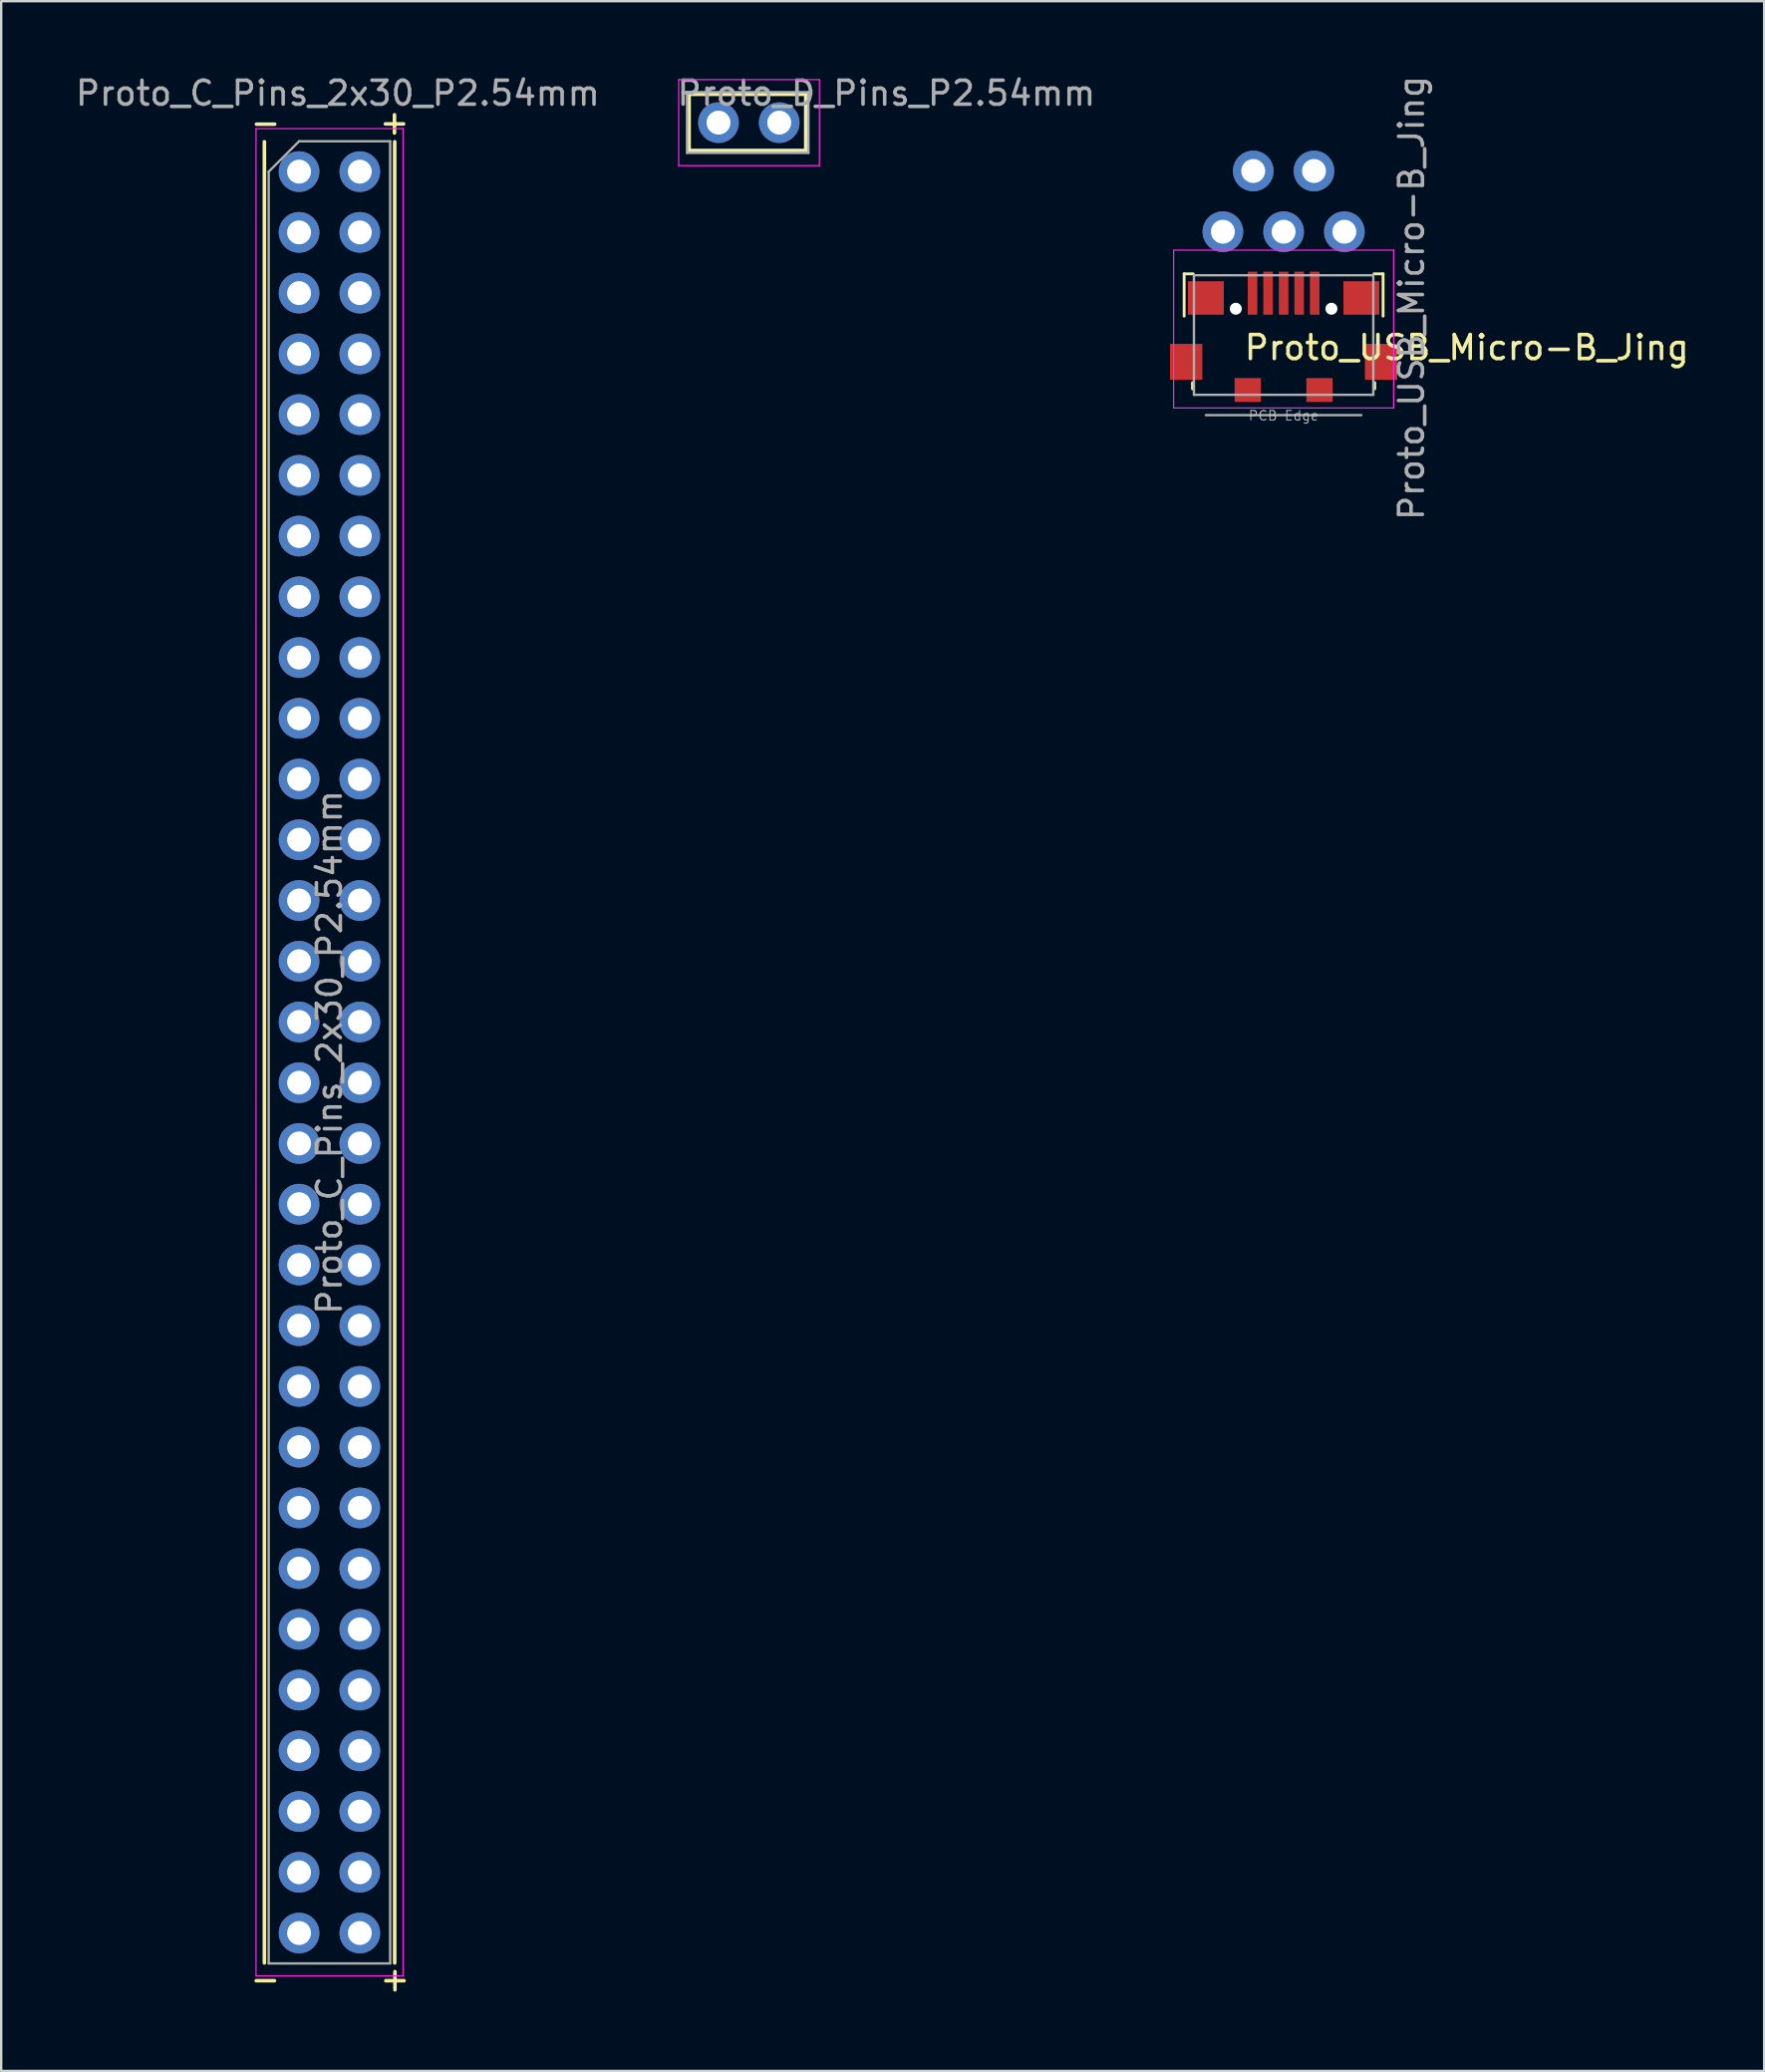
<source format=kicad_pcb>
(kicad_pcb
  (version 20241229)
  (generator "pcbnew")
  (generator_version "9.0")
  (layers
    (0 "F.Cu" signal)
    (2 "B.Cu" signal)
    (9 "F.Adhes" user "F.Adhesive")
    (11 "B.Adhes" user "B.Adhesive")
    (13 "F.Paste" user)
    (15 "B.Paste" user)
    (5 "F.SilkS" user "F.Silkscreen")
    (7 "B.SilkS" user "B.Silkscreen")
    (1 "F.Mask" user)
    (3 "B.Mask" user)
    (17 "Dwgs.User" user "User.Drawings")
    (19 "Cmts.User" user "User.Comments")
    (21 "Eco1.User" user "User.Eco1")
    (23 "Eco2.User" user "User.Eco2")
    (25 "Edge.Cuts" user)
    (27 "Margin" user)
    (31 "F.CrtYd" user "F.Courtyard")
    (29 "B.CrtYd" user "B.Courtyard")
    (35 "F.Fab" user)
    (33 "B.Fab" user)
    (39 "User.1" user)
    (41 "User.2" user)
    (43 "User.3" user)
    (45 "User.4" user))
  (footprint "Proto_USB_Micro-B_Jing"
    (layer "F.Cu")
    (at 50.631 11.311)
    (property "Reference" "Proto_USB_Micro-B_Jing" (at -1.725 0.175 0) (unlocked yes) (layer "F.SilkS") (effects (font (size 1 1) (thickness 0.15)) (justify left)))
    (attr smd)
    (fp_line (start -4.16 -2.91) (end -3.78 -2.91) (stroke (width 0.12) (type solid)) (layer "F.SilkS"))
    (fp_line (start -4.16 -1.14) (end -4.16 -2.91) (stroke (width 0.12) (type solid)) (layer "F.SilkS"))
    (fp_line (start -3.81 1.9) (end -3.81 1.64) (stroke (width 0.12) (type solid)) (layer "F.SilkS"))
    (fp_line (start 3.81 1.64) (end 3.81 1.9) (stroke (width 0.12) (type solid)) (layer "F.SilkS"))
    (fp_line (start 4.16 -2.91) (end 3.78 -2.91) (stroke (width 0.12) (type solid)) (layer "F.SilkS"))
    (fp_line (start 4.16 -2.91) (end 4.16 -1.14) (stroke (width 0.12) (type solid)) (layer "F.SilkS"))
    (fp_line (start -4.6 -3.9) (end 4.6 -3.9) (stroke (width 0.05) (type solid)) (layer "F.CrtYd"))
    (fp_line (start -4.6 2.7) (end -4.6 -3.9) (stroke (width 0.05) (type solid)) (layer "F.CrtYd"))
    (fp_line (start 4.6 -3.9) (end 4.6 2.7) (stroke (width 0.05) (type solid)) (layer "F.CrtYd"))
    (fp_line (start 4.6 2.7) (end -4.6 2.7) (stroke (width 0.05) (type solid)) (layer "F.CrtYd"))
    (fp_line (start -3.75 -2.85) (end 3.75 -2.85) (stroke (width 0.1) (type solid)) (layer "F.Fab"))
    (fp_line (start -3.75 2.15) (end -3.75 -2.85) (stroke (width 0.1) (type solid)) (layer "F.Fab"))
    (fp_line (start -3.25 3) (end 3.25 3) (stroke (width 0.1) (type solid)) (layer "F.Fab"))
    (fp_line (start 3.75 -2.85) (end 3.75 2.15) (stroke (width 0.1) (type solid)) (layer "F.Fab"))
    (fp_line (start 3.75 2.15) (end -3.75 2.15) (stroke (width 0.1) (type solid)) (layer "F.Fab"))
    (fp_text user "PCB Edge" (at 0 3.02 180) (layer "Dwgs.User") (effects (font (size 0.4 0.4) (thickness 0.04))))
    (fp_text user "${REFERENCE}" (at 5.35 -1.9 90) (layer "F.Fab") (effects (font (size 1 1) (thickness 0.15))))
    (pad "" np_thru_hole circle (at -2 -1.45) (size 0.5 0.5) (drill 0.5) (layers "*.Cu" "*.Mask"))
    (pad "" np_thru_hole circle (at 2 -1.45) (size 0.5 0.5) (drill 0.5) (layers "*.Cu" "*.Mask"))
    (pad "1" thru_hole circle (at -2.54 -4.67) (size 1.7 1.7) (drill 1) (layers "*.Cu" "*.Mask"))
    (pad "1" smd rect (at -1.3 -2.1) (size 0.4 1.8) (layers "F.Cu" "F.Mask" "F.Paste"))
    (pad "2" thru_hole circle (at -1.27 -7.21) (size 1.7 1.7) (drill 1) (layers "*.Cu" "*.Mask"))
    (pad "2" smd rect (at -0.65 -2.1) (size 0.4 1.8) (layers "F.Cu" "F.Mask" "F.Paste"))
    (pad "3" thru_hole circle (at 0 -4.67) (size 1.7 1.7) (drill 1) (layers "*.Cu" "*.Mask"))
    (pad "3" smd rect (at 0 -2.1) (size 0.4 1.8) (layers "F.Cu" "F.Mask" "F.Paste"))
    (pad "4" smd rect (at 0.65 -2.1) (size 0.4 1.8) (layers "F.Cu" "F.Mask" "F.Paste"))
    (pad "4" thru_hole circle (at 1.27 -7.21) (size 1.7 1.7) (drill 1) (layers "*.Cu" "*.Mask"))
    (pad "5" smd rect (at 1.3 -2.1) (size 0.4 1.8) (layers "F.Cu" "F.Mask" "F.Paste"))
    (pad "5" thru_hole circle (at 2.54 -4.67) (size 1.7 1.7) (drill 1) (layers "*.Cu" "*.Mask"))
    (pad "6" smd rect (at -4.075 0.77) (size 1.35 1.5) (layers "F.Cu" "F.Mask" "F.Paste"))
    (pad "6" smd rect (at -3.25 -1.9) (size 1.5 1.4) (layers "F.Cu" "F.Mask" "F.Paste"))
    (pad "6" smd rect (at -1.5 1.95) (size 1.1 1) (layers "F.Cu" "F.Mask" "F.Paste"))
    (pad "6" smd rect (at 1.5 1.95) (size 1.1 1) (layers "F.Cu" "F.Mask" "F.Paste"))
    (pad "6" smd rect (at 3.25 -1.9) (size 1.5 1.4) (layers "F.Cu" "F.Mask" "F.Paste"))
    (pad "6" smd rect (at 4.075 0.77) (size 1.35 1.5) (layers "F.Cu" "F.Mask" "F.Paste")))
  (footprint "Proto_D_Pins_P2.54mm"
    (layer "F.Cu")
    (at 30.808 2.078)
    (property "Reference" "Proto_D_Pins_P2.54mm" (at 3.21 -1.23 0) (layer "F.Fab") (effects (font (size 1 1) (thickness 0.15))))
    (attr through_hole)
    (fp_line (start -5.04 -1.185) (end -5.04 1.165) (stroke (width 0.15) (type solid)) (layer "F.SilkS"))
    (fp_line (start -5.04 -1.185) (end -0.16 -1.185) (stroke (width 0.15) (type solid)) (layer "F.SilkS"))
    (fp_line (start -0.16 -1.185) (end -0.16 1.165) (stroke (width 0.15) (type solid)) (layer "F.SilkS"))
    (fp_line (start -0.16 1.165) (end -5.04 1.165) (stroke (width 0.15) (type solid)) (layer "F.SilkS"))
    (fp_line (start -5.475 -1.8) (end -5.475 1.8) (stroke (width 0.05) (type solid)) (layer "F.CrtYd"))
    (fp_line (start -5.475 1.8) (end 0.41 1.8) (stroke (width 0.05) (type solid)) (layer "F.CrtYd"))
    (fp_line (start 0.41 -1.8) (end -5.475 -1.8) (stroke (width 0.05) (type solid)) (layer "F.CrtYd"))
    (fp_line (start 0.41 1.8) (end 0.41 -1.8) (stroke (width 0.05) (type solid)) (layer "F.CrtYd"))
    (fp_line (start -5.125 -1.275) (end -5.125 1.265) (stroke (width 0.1) (type solid)) (layer "F.Fab"))
    (fp_line (start -5.125 -1.275) (end -0.05 -1.275) (stroke (width 0.1) (type solid)) (layer "F.Fab"))
    (fp_line (start -0.05 -1.275) (end -0.05 1.265) (stroke (width 0.1) (type solid)) (layer "F.Fab"))
    (fp_line (start -0.05 1.265) (end -5.125 1.265) (stroke (width 0.1) (type solid)) (layer "F.Fab"))
    (pad "1" thru_hole oval (at -3.81 0 90) (size 1.7 1.7) (drill 1) (layers "*.Cu" "*.Mask"))
    (pad "1" thru_hole oval (at -1.27 0 90) (size 1.7 1.7) (drill 1) (layers "*.Cu" "*.Mask")))
  (footprint "Proto_C_Pins_2x30_P2.54mm"
    (layer "F.Cu")
    (at 9.457 4.128)
    (property "Reference" "Proto_C_Pins_2x30_P2.54mm" (at 1.62 -3.28 0) (layer "F.Fab") (effects (font (size 1 1) (thickness 0.15))))
    (attr through_hole)
    (fp_line (start -1.45 74.91) (end -1.45 -1.25) (stroke (width 0.15) (type solid)) (layer "F.SilkS"))
    (fp_line (start 4 74.91) (end 4 -1.25) (stroke (width 0.15) (type solid)) (layer "F.SilkS"))
    (fp_line (start -1.8 -1.8) (end -1.8 75.45) (stroke (width 0.05) (type solid)) (layer "F.CrtYd"))
    (fp_line (start -1.8 75.45) (end 4.35 75.45) (stroke (width 0.05) (type solid)) (layer "F.CrtYd"))
    (fp_line (start 4.35 -1.8) (end -1.8 -1.8) (stroke (width 0.05) (type solid)) (layer "F.CrtYd"))
    (fp_line (start 4.35 75.45) (end 4.35 -1.8) (stroke (width 0.05) (type solid)) (layer "F.CrtYd"))
    (fp_line (start -1.27 0) (end 0 -1.27) (stroke (width 0.1) (type solid)) (layer "F.Fab"))
    (fp_line (start -1.27 74.93) (end -1.27 0) (stroke (width 0.1) (type solid)) (layer "F.Fab"))
    (fp_line (start 0 -1.27) (end 3.81 -1.27) (stroke (width 0.1) (type solid)) (layer "F.Fab"))
    (fp_line (start 3.81 -1.27) (end 3.81 74.93) (stroke (width 0.1) (type solid)) (layer "F.Fab"))
    (fp_line (start 3.81 74.93) (end -1.27 74.93) (stroke (width 0.1) (type solid)) (layer "F.Fab"))
    (fp_text user "-" (at -1.4 -2.06 0) (layer "F.SilkS") (effects (font (size 1 1) (thickness 0.15))))
    (fp_text user "+" (at 4.01 75.58 0) (layer "F.SilkS") (effects (font (size 1 1) (thickness 0.15))))
    (fp_text user "-" (at -1.41 75.58 0) (layer "F.SilkS") (effects (font (size 1 1) (thickness 0.15))))
    (fp_text user "+" (at 3.99 -2.07 0) (layer "F.SilkS") (effects (font (size 1 1) (thickness 0.15))))
    (fp_text user "${REFERENCE}" (at 1.27 36.83 90) (layer "F.Fab") (effects (font (size 1 1) (thickness 0.15))))
    (pad "1" thru_hole oval (at 0 0) (size 1.7 1.7) (drill 1) (layers "*.Cu" "*.Mask"))
    (pad "2" thru_hole oval (at 2.54 0) (size 1.7 1.7) (drill 1) (layers "*.Cu" "*.Mask"))
    (pad "3" thru_hole oval (at 0 2.54) (size 1.7 1.7) (drill 1) (layers "*.Cu" "*.Mask"))
    (pad "4" thru_hole oval (at 2.54 2.54) (size 1.7 1.7) (drill 1) (layers "*.Cu" "*.Mask"))
    (pad "5" thru_hole oval (at 0 5.08) (size 1.7 1.7) (drill 1) (layers "*.Cu" "*.Mask"))
    (pad "6" thru_hole oval (at 2.54 5.08) (size 1.7 1.7) (drill 1) (layers "*.Cu" "*.Mask"))
    (pad "7" thru_hole oval (at 0 7.62) (size 1.7 1.7) (drill 1) (layers "*.Cu" "*.Mask"))
    (pad "8" thru_hole oval (at 2.54 7.62) (size 1.7 1.7) (drill 1) (layers "*.Cu" "*.Mask"))
    (pad "9" thru_hole oval (at 0 10.16) (size 1.7 1.7) (drill 1) (layers "*.Cu" "*.Mask"))
    (pad "10" thru_hole oval (at 2.54 10.16) (size 1.7 1.7) (drill 1) (layers "*.Cu" "*.Mask"))
    (pad "11" thru_hole oval (at 0 12.7) (size 1.7 1.7) (drill 1) (layers "*.Cu" "*.Mask"))
    (pad "12" thru_hole oval (at 2.54 12.7) (size 1.7 1.7) (drill 1) (layers "*.Cu" "*.Mask"))
    (pad "13" thru_hole oval (at 0 15.24) (size 1.7 1.7) (drill 1) (layers "*.Cu" "*.Mask"))
    (pad "14" thru_hole oval (at 2.54 15.24) (size 1.7 1.7) (drill 1) (layers "*.Cu" "*.Mask"))
    (pad "15" thru_hole oval (at 0 17.78) (size 1.7 1.7) (drill 1) (layers "*.Cu" "*.Mask"))
    (pad "16" thru_hole oval (at 2.54 17.78) (size 1.7 1.7) (drill 1) (layers "*.Cu" "*.Mask"))
    (pad "17" thru_hole oval (at 0 20.32) (size 1.7 1.7) (drill 1) (layers "*.Cu" "*.Mask"))
    (pad "18" thru_hole oval (at 2.54 20.32) (size 1.7 1.7) (drill 1) (layers "*.Cu" "*.Mask"))
    (pad "19" thru_hole oval (at 0 22.86) (size 1.7 1.7) (drill 1) (layers "*.Cu" "*.Mask"))
    (pad "20" thru_hole oval (at 2.54 22.86) (size 1.7 1.7) (drill 1) (layers "*.Cu" "*.Mask"))
    (pad "21" thru_hole oval (at 0 25.4) (size 1.7 1.7) (drill 1) (layers "*.Cu" "*.Mask"))
    (pad "22" thru_hole oval (at 2.54 25.4) (size 1.7 1.7) (drill 1) (layers "*.Cu" "*.Mask"))
    (pad "23" thru_hole oval (at 0 27.94) (size 1.7 1.7) (drill 1) (layers "*.Cu" "*.Mask"))
    (pad "24" thru_hole oval (at 2.54 27.94) (size 1.7 1.7) (drill 1) (layers "*.Cu" "*.Mask"))
    (pad "25" thru_hole oval (at 0 30.48) (size 1.7 1.7) (drill 1) (layers "*.Cu" "*.Mask"))
    (pad "26" thru_hole oval (at 2.54 30.48) (size 1.7 1.7) (drill 1) (layers "*.Cu" "*.Mask"))
    (pad "27" thru_hole oval (at 0 33.02) (size 1.7 1.7) (drill 1) (layers "*.Cu" "*.Mask"))
    (pad "28" thru_hole oval (at 2.54 33.02) (size 1.7 1.7) (drill 1) (layers "*.Cu" "*.Mask"))
    (pad "29" thru_hole oval (at 0 35.56) (size 1.7 1.7) (drill 1) (layers "*.Cu" "*.Mask"))
    (pad "30" thru_hole oval (at 2.54 35.56) (size 1.7 1.7) (drill 1) (layers "*.Cu" "*.Mask"))
    (pad "31" thru_hole oval (at 0 38.1) (size 1.7 1.7) (drill 1) (layers "*.Cu" "*.Mask"))
    (pad "32" thru_hole oval (at 2.54 38.1) (size 1.7 1.7) (drill 1) (layers "*.Cu" "*.Mask"))
    (pad "33" thru_hole oval (at 0 40.64) (size 1.7 1.7) (drill 1) (layers "*.Cu" "*.Mask"))
    (pad "34" thru_hole oval (at 2.54 40.64) (size 1.7 1.7) (drill 1) (layers "*.Cu" "*.Mask"))
    (pad "35" thru_hole oval (at 0 43.18) (size 1.7 1.7) (drill 1) (layers "*.Cu" "*.Mask"))
    (pad "36" thru_hole oval (at 2.54 43.18) (size 1.7 1.7) (drill 1) (layers "*.Cu" "*.Mask"))
    (pad "37" thru_hole oval (at 0 45.72) (size 1.7 1.7) (drill 1) (layers "*.Cu" "*.Mask"))
    (pad "38" thru_hole oval (at 2.54 45.72) (size 1.7 1.7) (drill 1) (layers "*.Cu" "*.Mask"))
    (pad "39" thru_hole oval (at 0 48.26) (size 1.7 1.7) (drill 1) (layers "*.Cu" "*.Mask"))
    (pad "40" thru_hole oval (at 2.54 48.26) (size 1.7 1.7) (drill 1) (layers "*.Cu" "*.Mask"))
    (pad "41" thru_hole oval (at 0 50.8) (size 1.7 1.7) (drill 1) (layers "*.Cu" "*.Mask"))
    (pad "42" thru_hole oval (at 2.54 50.8) (size 1.7 1.7) (drill 1) (layers "*.Cu" "*.Mask"))
    (pad "43" thru_hole oval (at 0 53.34) (size 1.7 1.7) (drill 1) (layers "*.Cu" "*.Mask"))
    (pad "44" thru_hole oval (at 2.54 53.34) (size 1.7 1.7) (drill 1) (layers "*.Cu" "*.Mask"))
    (pad "45" thru_hole oval (at 0 55.88) (size 1.7 1.7) (drill 1) (layers "*.Cu" "*.Mask"))
    (pad "46" thru_hole oval (at 2.54 55.88) (size 1.7 1.7) (drill 1) (layers "*.Cu" "*.Mask"))
    (pad "47" thru_hole oval (at 0 58.42) (size 1.7 1.7) (drill 1) (layers "*.Cu" "*.Mask"))
    (pad "48" thru_hole oval (at 2.54 58.42) (size 1.7 1.7) (drill 1) (layers "*.Cu" "*.Mask"))
    (pad "49" thru_hole oval (at 0 60.96) (size 1.7 1.7) (drill 1) (layers "*.Cu" "*.Mask"))
    (pad "50" thru_hole oval (at 2.54 60.96) (size 1.7 1.7) (drill 1) (layers "*.Cu" "*.Mask"))
    (pad "51" thru_hole oval (at 0 63.5) (size 1.7 1.7) (drill 1) (layers "*.Cu" "*.Mask"))
    (pad "52" thru_hole oval (at 2.54 63.5) (size 1.7 1.7) (drill 1) (layers "*.Cu" "*.Mask"))
    (pad "53" thru_hole oval (at 0 66.04) (size 1.7 1.7) (drill 1) (layers "*.Cu" "*.Mask"))
    (pad "54" thru_hole oval (at 2.54 66.04) (size 1.7 1.7) (drill 1) (layers "*.Cu" "*.Mask"))
    (pad "55" thru_hole oval (at 0 68.58) (size 1.7 1.7) (drill 1) (layers "*.Cu" "*.Mask"))
    (pad "56" thru_hole oval (at 2.54 68.58) (size 1.7 1.7) (drill 1) (layers "*.Cu" "*.Mask"))
    (pad "57" thru_hole oval (at 0 71.12) (size 1.7 1.7) (drill 1) (layers "*.Cu" "*.Mask"))
    (pad "58" thru_hole oval (at 2.54 71.12) (size 1.7 1.7) (drill 1) (layers "*.Cu" "*.Mask"))
    (pad "59" thru_hole oval (at 0 73.66) (size 1.7 1.7) (drill 1) (layers "*.Cu" "*.Mask"))
    (pad "60" thru_hole oval (at 2.54 73.66) (size 1.7 1.7) (drill 1) (layers "*.Cu" "*.Mask")))
  (gr_rect
    (start -3 -3)
    (end 70.727 83.556)
    (stroke (width 0.1) (type default))
    (fill no)
    (layer "Edge.Cuts")))
</source>
